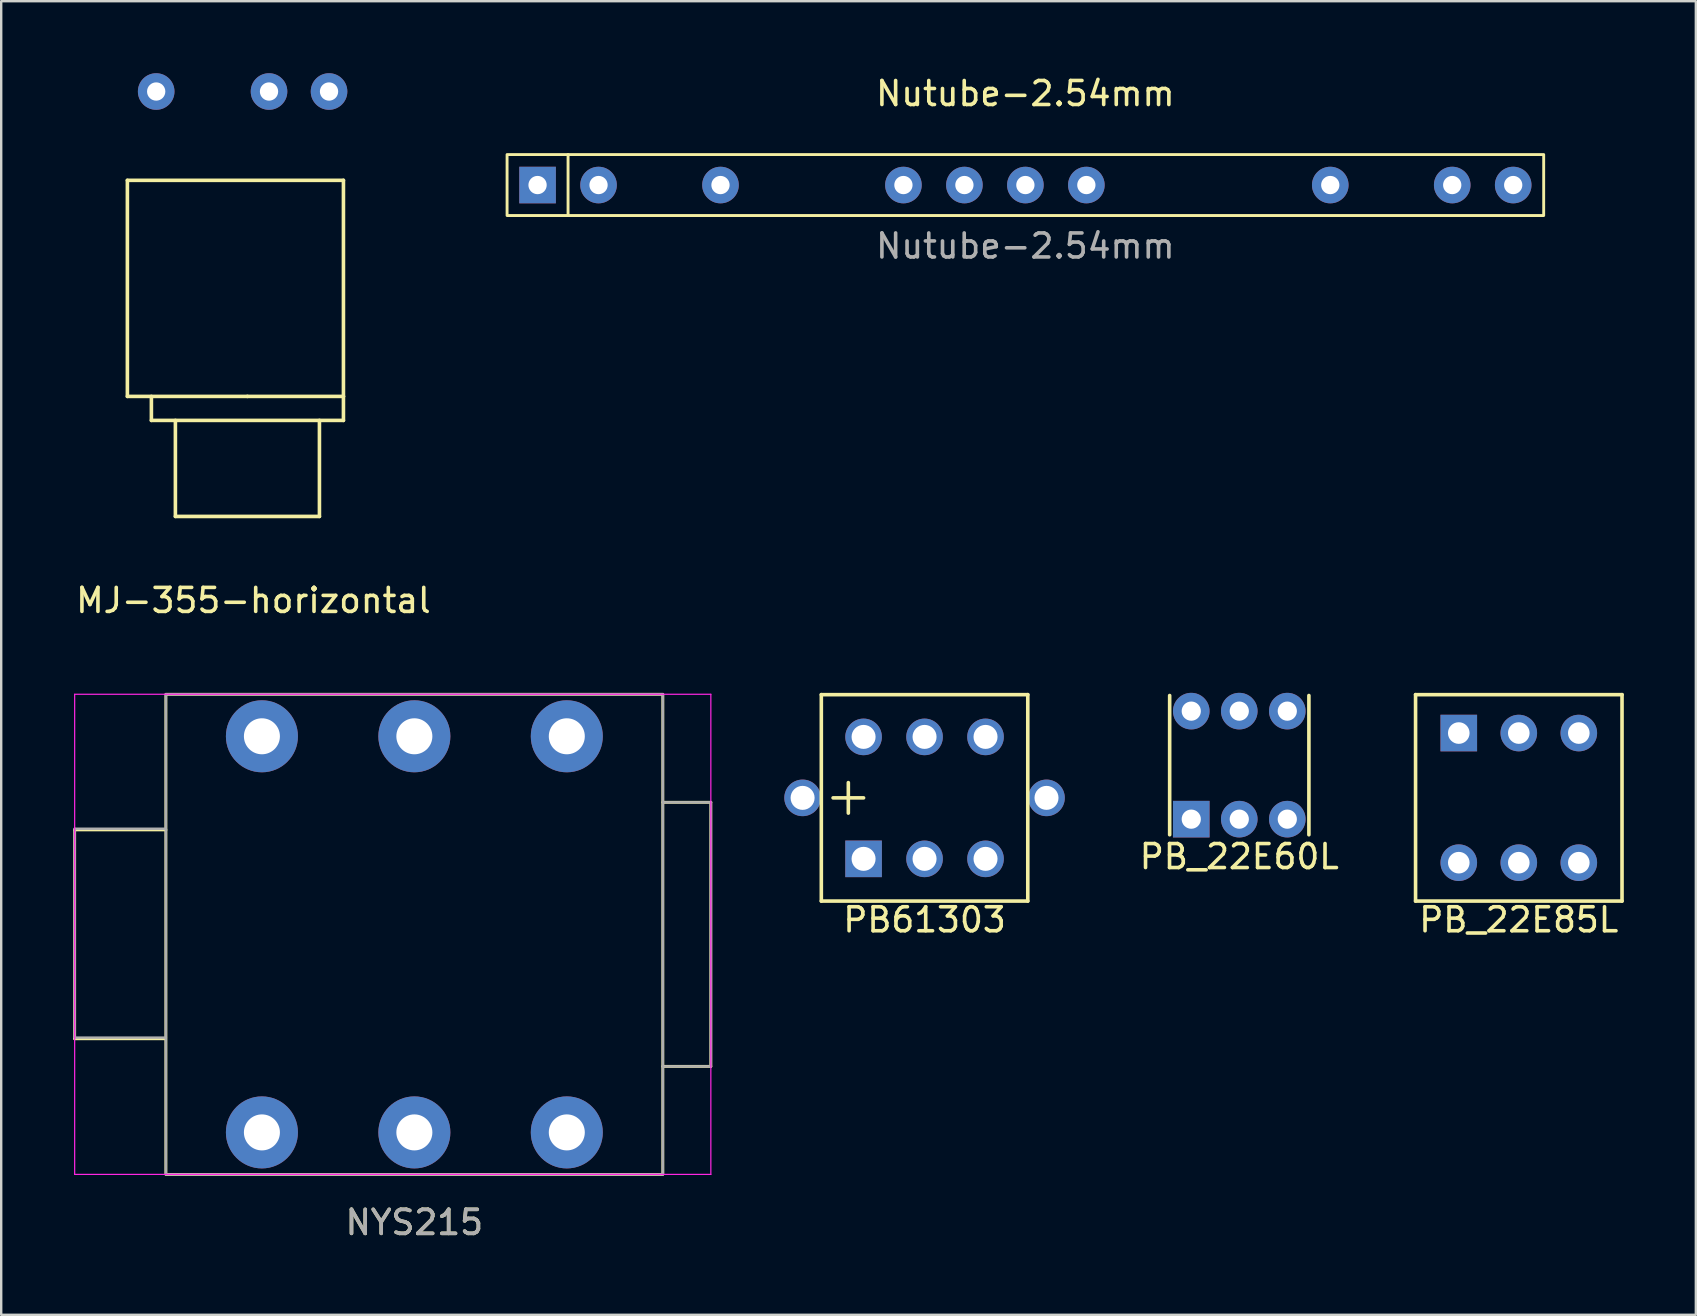
<source format=kicad_pcb>
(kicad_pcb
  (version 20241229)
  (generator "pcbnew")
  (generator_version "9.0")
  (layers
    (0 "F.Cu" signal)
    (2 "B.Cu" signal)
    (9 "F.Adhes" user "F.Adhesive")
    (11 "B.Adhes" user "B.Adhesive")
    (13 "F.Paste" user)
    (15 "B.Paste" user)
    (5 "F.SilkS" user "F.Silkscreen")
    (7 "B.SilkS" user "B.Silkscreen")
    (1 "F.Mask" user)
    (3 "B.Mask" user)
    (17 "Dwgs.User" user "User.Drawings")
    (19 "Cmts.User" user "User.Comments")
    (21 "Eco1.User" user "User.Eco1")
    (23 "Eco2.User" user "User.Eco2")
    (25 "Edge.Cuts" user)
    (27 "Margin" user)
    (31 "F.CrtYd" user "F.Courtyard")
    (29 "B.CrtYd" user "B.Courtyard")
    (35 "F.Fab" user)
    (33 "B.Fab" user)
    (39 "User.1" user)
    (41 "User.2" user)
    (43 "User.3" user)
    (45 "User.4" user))
  (footprint "PB_22E85L"
    (layer "F.Cu")
    (at 60.215 30.185)
    (property "Reference" "PB_22E85L" (at 0 5.08 0) (layer "F.SilkS") (effects (font (size 1 1) (thickness 0.15))))
    (attr through_hole)
    (fp_line (start -4.3 -4.3) (end 4.3 -4.3) (stroke (width 0.15) (type solid)) (layer "F.SilkS"))
    (fp_line (start -4.3 4.3) (end -4.3 -4.3) (stroke (width 0.15) (type solid)) (layer "F.SilkS"))
    (fp_line (start 4.3 -4.3) (end 4.3 4.3) (stroke (width 0.15) (type solid)) (layer "F.SilkS"))
    (fp_line (start 4.3 4.3) (end -4.3 4.3) (stroke (width 0.15) (type solid)) (layer "F.SilkS"))
    (pad "1" thru_hole rect (at -2.5 -2.7) (size 1.524 1.524) (drill 0.9) (layers "*.Cu" "*.Mask"))
    (pad "2" thru_hole circle (at 0 -2.7) (size 1.524 1.524) (drill 0.9) (layers "*.Cu" "*.Mask"))
    (pad "3" thru_hole circle (at 2.5 -2.7) (size 1.524 1.524) (drill 0.9) (layers "*.Cu" "*.Mask"))
    (pad "4" thru_hole circle (at -2.5 2.7) (size 1.524 1.524) (drill 0.9) (layers "*.Cu" "*.Mask"))
    (pad "5" thru_hole circle (at 0 2.7) (size 1.524 1.524) (drill 0.9) (layers "*.Cu" "*.Mask"))
    (pad "6" thru_hole circle (at 2.5 2.7) (size 1.524 1.524) (drill 0.9) (layers "*.Cu" "*.Mask")))
  (footprint "PB61303"
    (layer "F.Cu")
    (at 35.462 30.185)
    (property "Reference" "PB61303" (at 0 5.08 0) (layer "F.SilkS") (effects (font (size 1 1) (thickness 0.15))))
    (attr through_hole)
    (fp_line (start -4.3 -4.3) (end 4.3 -4.3) (stroke (width 0.15) (type solid)) (layer "F.SilkS"))
    (fp_line (start -4.3 4.3) (end -4.3 -4.3) (stroke (width 0.15) (type solid)) (layer "F.SilkS"))
    (fp_line (start -3.81 0) (end -2.54 0) (stroke (width 0.15) (type solid)) (layer "F.SilkS"))
    (fp_line (start -3.175 -0.635) (end -3.175 0.635) (stroke (width 0.15) (type solid)) (layer "F.SilkS"))
    (fp_line (start 4.3 -4.3) (end 4.3 4.3) (stroke (width 0.15) (type solid)) (layer "F.SilkS"))
    (fp_line (start 4.3 4.3) (end -4.3 4.3) (stroke (width 0.15) (type solid)) (layer "F.SilkS"))
    (pad "1" thru_hole rect (at -2.54 2.54) (size 1.524 1.524) (drill 1) (layers "*.Cu" "*.Mask"))
    (pad "2" thru_hole circle (at 0 2.54) (size 1.524 1.524) (drill 1) (layers "*.Cu" "*.Mask"))
    (pad "3" thru_hole circle (at 2.54 2.54) (size 1.524 1.524) (drill 1) (layers "*.Cu" "*.Mask"))
    (pad "4" thru_hole circle (at -2.54 -2.54) (size 1.524 1.524) (drill 1) (layers "*.Cu" "*.Mask"))
    (pad "5" thru_hole circle (at 0 -2.54) (size 1.524 1.524) (drill 1) (layers "*.Cu" "*.Mask"))
    (pad "6" thru_hole circle (at 2.54 -2.54) (size 1.524 1.524) (drill 1) (layers "*.Cu" "*.Mask"))
    (pad "7" thru_hole circle (at -5.08 0) (size 1.524 1.524) (drill 1) (layers "*.Cu" "*.Mask"))
    (pad "8" thru_hole circle (at 5.08 0) (size 1.524 1.524) (drill 1) (layers "*.Cu" "*.Mask")))
  (footprint "PB_22E60L"
    (layer "F.Cu")
    (at 48.572 28.822)
    (property "Reference" "PB_22E60L" (at 0 3.81 0) (layer "F.SilkS") (effects (font (size 1 1) (thickness 0.15))))
    (attr through_hole)
    (fp_line (start -2.9 2.9) (end -2.9 -2.9) (stroke (width 0.15) (type solid)) (layer "F.SilkS"))
    (fp_line (start 2.9 -2.9) (end 2.9 2.9) (stroke (width 0.15) (type solid)) (layer "F.SilkS"))
    (pad "1" thru_hole rect (at -2 2.25) (size 1.524 1.524) (drill 0.8) (layers "*.Cu" "*.Mask"))
    (pad "2" thru_hole circle (at 0 2.25) (size 1.524 1.524) (drill 0.8) (layers "*.Cu" "*.Mask"))
    (pad "3" thru_hole circle (at 2 2.25) (size 1.524 1.524) (drill 0.8) (layers "*.Cu" "*.Mask"))
    (pad "4" thru_hole circle (at -2 -2.25) (size 1.524 1.524) (drill 0.8) (layers "*.Cu" "*.Mask"))
    (pad "5" thru_hole circle (at 0 -2.25) (size 1.524 1.524) (drill 0.8) (layers "*.Cu" "*.Mask"))
    (pad "6" thru_hole circle (at 2 -2.25) (size 1.524 1.524) (drill 0.8) (layers "*.Cu" "*.Mask")))
  (footprint "NYS215"
    (layer "F.Cu")
    (at 14.21 35.87)
    (property "Reference" "NYS215" (at 0 12 0) (unlocked yes) (layer "F.SilkS") (effects (font (size 1 1) (thickness 0.15))))
    (attr through_hole)
    (fp_line (start -14.15 -4.35) (end -14.15 4.35) (stroke (width 0.12) (type solid)) (layer "F.SilkS"))
    (fp_line (start -14.15 4.35) (end -10.4 4.35) (stroke (width 0.12) (type solid)) (layer "F.SilkS"))
    (fp_line (start -10.35 -4.35) (end -14.15 -4.35) (stroke (width 0.12) (type solid)) (layer "F.SilkS"))
    (fp_line (start 10.35 -5.5) (end 12.35 -5.5) (stroke (width 0.12) (type solid)) (layer "F.SilkS"))
    (fp_line (start 12.35 -5.5) (end 12.35 5.5) (stroke (width 0.12) (type solid)) (layer "F.SilkS"))
    (fp_line (start 12.35 5.5) (end 10.35 5.5) (stroke (width 0.12) (type solid)) (layer "F.SilkS"))
    (fp_rect (start -10.35 -10) (end 10.35 10) (stroke (width 0.12) (type solid)) (fill no) (layer "F.SilkS"))
    (fp_line (start -14.15 10) (end -14.15 -10) (stroke (width 0.05) (type solid)) (layer "F.CrtYd"))
    (fp_line (start -14.15 10) (end 12.35 10) (stroke (width 0.05) (type solid)) (layer "F.CrtYd"))
    (fp_line (start 12.35 -10) (end -14.15 -10) (stroke (width 0.05) (type solid)) (layer "F.CrtYd"))
    (fp_line (start 12.35 10) (end 12.35 -10) (stroke (width 0.05) (type solid)) (layer "F.CrtYd"))
    (fp_line (start -14.15 -4.4) (end -10.35 -4.4) (stroke (width 0.1) (type solid)) (layer "F.Fab"))
    (fp_line (start -14.15 4.3) (end -14.15 -4.4) (stroke (width 0.1) (type solid)) (layer "F.Fab"))
    (fp_line (start -14.15 4.3) (end -10.35 4.3) (stroke (width 0.1) (type solid)) (layer "F.Fab"))
    (fp_line (start -10.35 10) (end -10.35 -10) (stroke (width 0.1) (type solid)) (layer "F.Fab"))
    (fp_line (start 10.35 -10) (end -10.35 -10) (stroke (width 0.1) (type solid)) (layer "F.Fab"))
    (fp_line (start 10.35 10) (end -10.35 10) (stroke (width 0.1) (type solid)) (layer "F.Fab"))
    (fp_line (start 10.35 10) (end 10.35 -10) (stroke (width 0.1) (type solid)) (layer "F.Fab"))
    (fp_line (start 12.35 -5.5) (end 10.35 -5.5) (stroke (width 0.1) (type solid)) (layer "F.Fab"))
    (fp_line (start 12.35 5.5) (end 10.35 5.5) (stroke (width 0.1) (type solid)) (layer "F.Fab"))
    (fp_line (start 12.35 5.5) (end 12.35 -5.5) (stroke (width 0.1) (type solid)) (layer "F.Fab"))
    (fp_text user "${REFERENCE}" (at 0 12 0) (unlocked yes) (layer "F.Fab") (effects (font (size 1 1) (thickness 0.15))))
    (pad "R" thru_hole circle (at 0 -8.25) (size 3 3) (drill 1.5) (layers "*.Cu" "*.Mask"))
    (pad "RN" thru_hole circle (at 0 8.25) (size 3 3) (drill 1.5) (layers "*.Cu" "*.Mask"))
    (pad "S" thru_hole circle (at 6.35 -8.25) (size 3 3) (drill 1.5) (layers "*.Cu" "*.Mask"))
    (pad "SN" thru_hole circle (at 6.35 8.25) (size 3 3) (drill 1.5) (layers "*.Cu" "*.Mask"))
    (pad "T" thru_hole circle (at -6.35 -8.25) (size 3 3) (drill 1.5) (layers "*.Cu" "*.Mask"))
    (pad "TN" thru_hole circle (at -6.35 8.25) (size 3 3) (drill 1.5) (layers "*.Cu" "*.Mask")))
  (footprint "Nutube-2.54mm"
    (layer "F.Cu")
    (at 39.662 4.658)
    (property "Reference" "Nutube-2.54mm" (at 0 -3.81 0) (unlocked yes) (layer "F.SilkS") (effects (font (size 1 1) (thickness 0.15))))
    (attr through_hole)
    (fp_line (start -19.05 -1.27) (end -19.05 1.27) (stroke (width 0.12) (type solid)) (layer "F.SilkS"))
    (fp_rect (start -21.59 -1.27) (end 21.59 1.27) (stroke (width 0.12) (type solid)) (fill no) (layer "F.SilkS"))
    (fp_text user "${REFERENCE}" (at 0 2.54 0) (unlocked yes) (layer "F.Fab") (effects (font (size 1 1) (thickness 0.15))))
    (pad "1" thru_hole rect (at -20.32 0) (size 1.524 1.524) (drill 0.762) (layers "*.Cu" "*.Mask"))
    (pad "2" thru_hole circle (at -17.78 0) (size 1.524 1.524) (drill 0.762) (layers "*.Cu" "*.Mask"))
    (pad "4" thru_hole circle (at -12.7 0) (size 1.524 1.524) (drill 0.762) (layers "*.Cu" "*.Mask"))
    (pad "7" thru_hole circle (at -5.08 0) (size 1.524 1.524) (drill 0.762) (layers "*.Cu" "*.Mask"))
    (pad "8" thru_hole circle (at -2.54 0) (size 1.524 1.524) (drill 0.762) (layers "*.Cu" "*.Mask"))
    (pad "9" thru_hole circle (at 0 0) (size 1.524 1.524) (drill 0.762) (layers "*.Cu" "*.Mask"))
    (pad "10" thru_hole circle (at 2.54 0) (size 1.524 1.524) (drill 0.762) (layers "*.Cu" "*.Mask"))
    (pad "14" thru_hole circle (at 12.7 0) (size 1.524 1.524) (drill 0.762) (layers "*.Cu" "*.Mask"))
    (pad "16" thru_hole circle (at 17.78 0) (size 1.524 1.524) (drill 0.762) (layers "*.Cu" "*.Mask"))
    (pad "17" thru_hole circle (at 20.32 0) (size 1.524 1.524) (drill 0.762) (layers "*.Cu" "*.Mask")))
  (footprint "MJ-355-horizontal"
    (layer "F.Cu")
    (at 7.256 13.462)
    (property "Reference" "MJ-355-horizontal" (at 0.25 8.5 0) (layer "F.SilkS") (effects (font (size 1 1) (thickness 0.15))))
    (attr through_hole)
    (fp_line (start -5 -9) (end -5 0) (stroke (width 0.15) (type solid)) (layer "F.SilkS"))
    (fp_line (start -5 0) (end 0 0) (stroke (width 0.15) (type solid)) (layer "F.SilkS"))
    (fp_line (start -4 1) (end -4 0) (stroke (width 0.15) (type solid)) (layer "F.SilkS"))
    (fp_line (start -3 5) (end -3 1) (stroke (width 0.15) (type solid)) (layer "F.SilkS"))
    (fp_line (start 0 0) (end 4 0) (stroke (width 0.15) (type solid)) (layer "F.SilkS"))
    (fp_line (start 3 1) (end 3 5) (stroke (width 0.15) (type solid)) (layer "F.SilkS"))
    (fp_line (start 3 5) (end -3 5) (stroke (width 0.15) (type solid)) (layer "F.SilkS"))
    (fp_line (start 4 -9) (end -5 -9) (stroke (width 0.15) (type solid)) (layer "F.SilkS"))
    (fp_line (start 4 0) (end 4 -9) (stroke (width 0.15) (type solid)) (layer "F.SilkS"))
    (fp_line (start 4 0) (end 4 1) (stroke (width 0.15) (type solid)) (layer "F.SilkS"))
    (fp_line (start 4 1) (end -4 1) (stroke (width 0.15) (type solid)) (layer "F.SilkS"))
    (pad "S" thru_hole circle (at 0.9 -12.7) (size 1.524 1.524) (drill 0.762) (layers "*.Cu" "*.Mask"))
    (pad "T" thru_hole circle (at 3.4 -12.7) (size 1.524 1.524) (drill 0.762) (layers "*.Cu" "*.Mask"))
    (pad "TN" thru_hole circle (at -3.8 -12.7) (size 1.524 1.524) (drill 0.762) (layers "*.Cu" "*.Mask")))
  (gr_rect
    (start -3 -3)
    (end 67.59 51.718)
    (stroke (width 0.1) (type default))
    (fill no)
    (layer "Edge.Cuts")))
</source>
